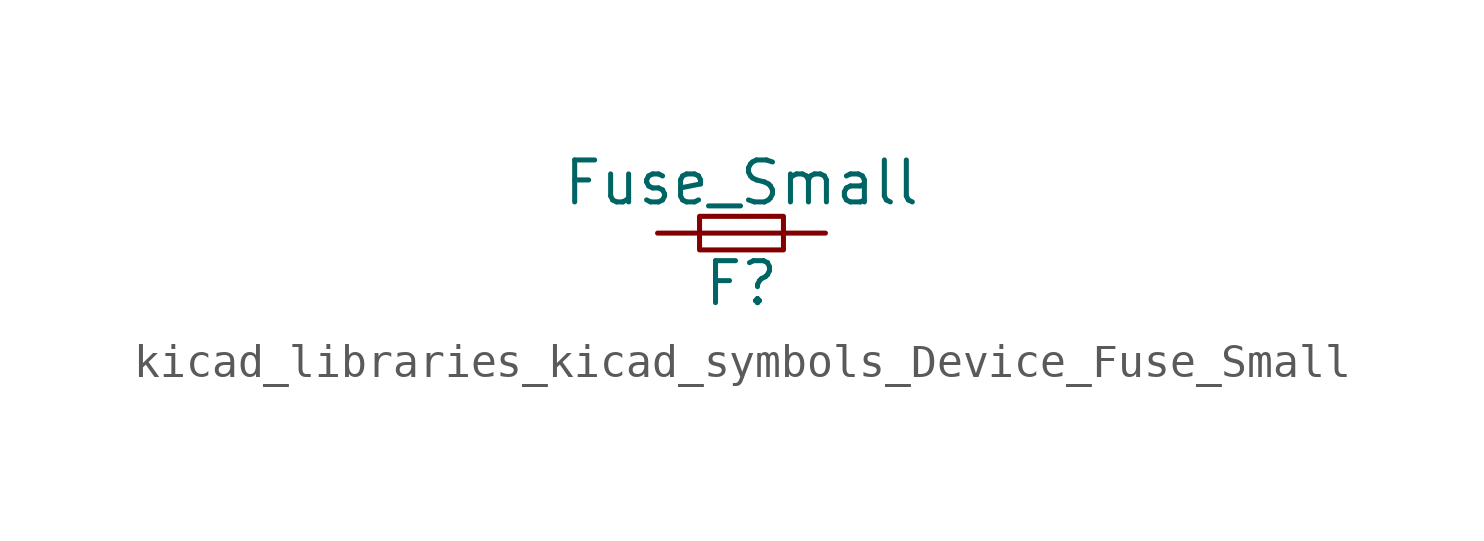
<source format=kicad_sym>
(kicad_symbol_lib
  (version 20220914)
  (generator kicad_symbol_editor)
  (symbol "kicad_libraries_kicad_symbols_Device_Fuse_Small"
    (pin_numbers hide)
    (pin_names
      (offset 0.254) hide)
    (property "Reference" "F"
      (at 0 -1.524 0)
      (effects (font (size 1.27 1.27))))
    (property "Value" "Fuse_Small"
      (at 0 1.524 0)
      (effects (font (size 1.27 1.27))))
    (symbol "kicad_libraries_kicad_symbols_Device_Fuse_Small_0_1"
      (rectangle (start -1.27 0.508) (end 1.27 -0.508) (stroke (width 0) (type default)) (fill (type none)))
      (polyline (pts (xy -1.27 0) (xy 1.27 0)) (stroke (width 0) (type default)) (fill (type none))))
    (symbol "kicad_libraries_kicad_symbols_Device_Fuse_Small_1_1"
      (pin passive line (at -2.54 0 0) (length 1.27) (name "~" (effects (font (size 1.27 1.27)))) (number "1" (effects (font (size 1.27 1.27)))))
      (pin passive line (at 2.54 0 180) (length 1.27) (name "~" (effects (font (size 1.27 1.27)))) (number "2" (effects (font (size 1.27 1.27))))))))
</source>
